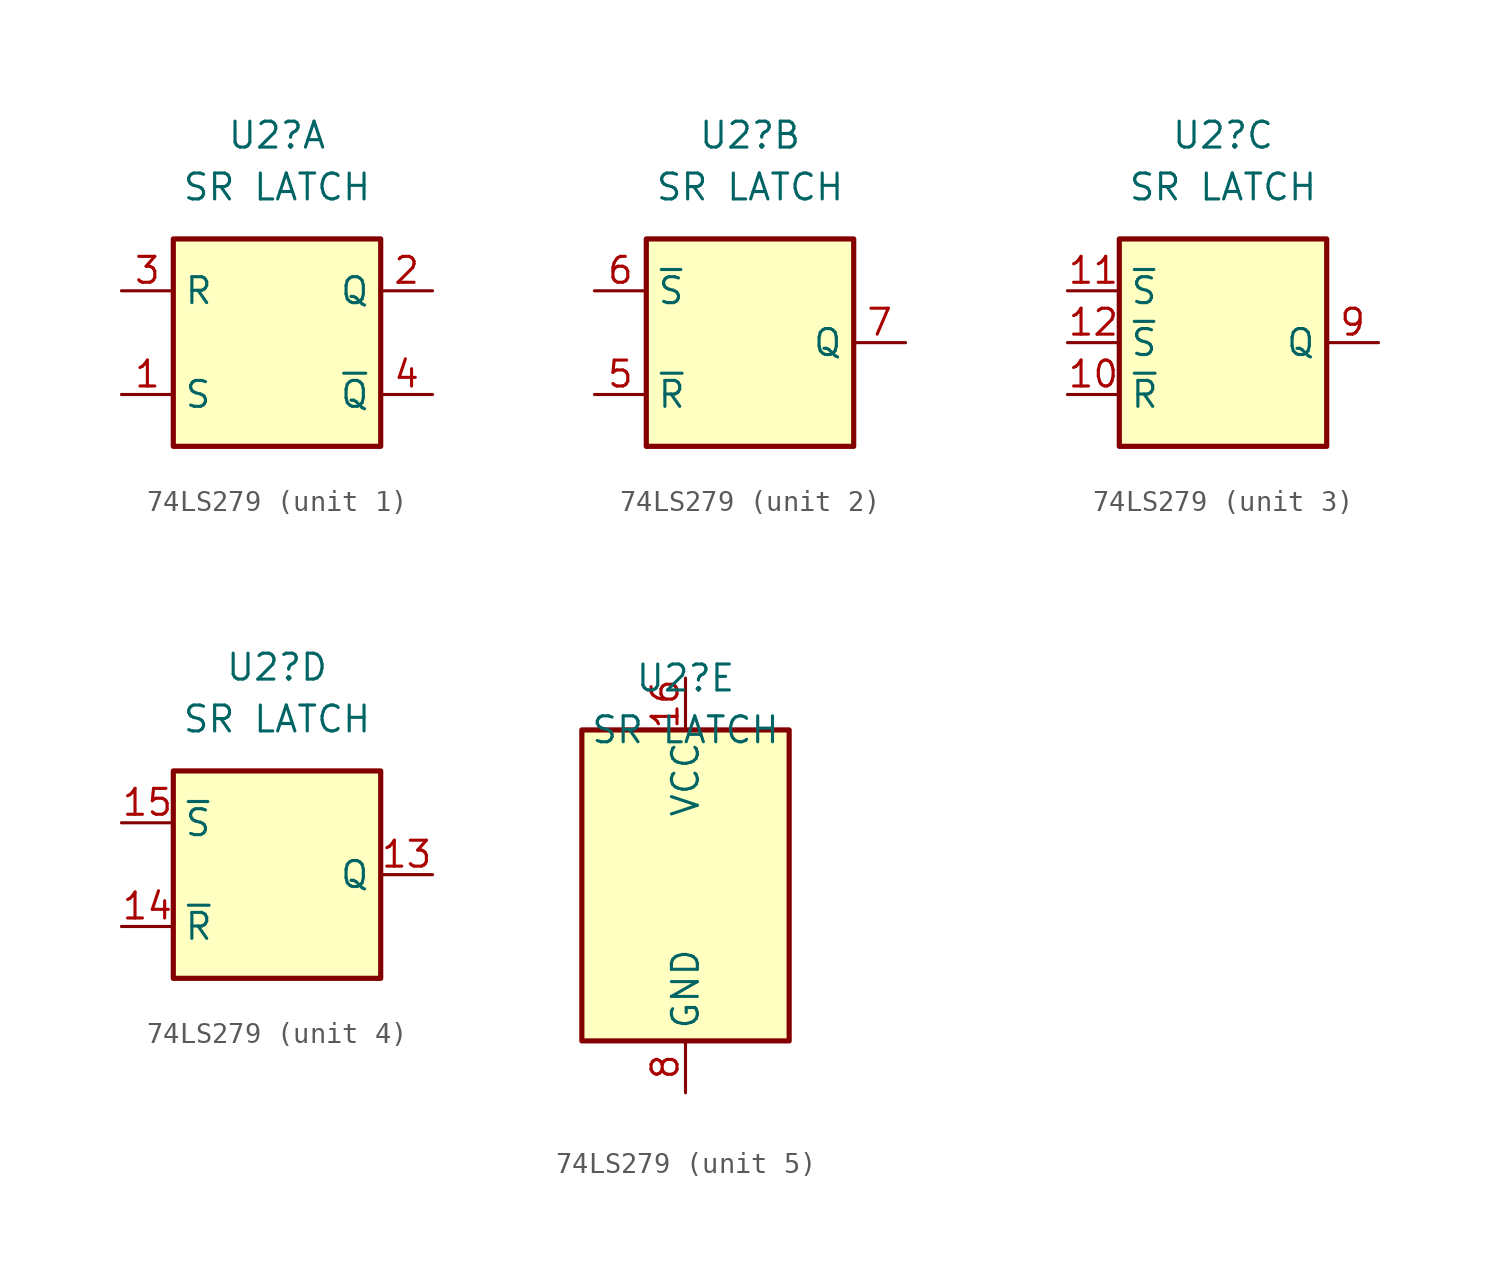
<source format=kicad_sym>
(kicad_symbol_lib
  (version 20231120)
  (generator "kicad_symbol_editor")
  (generator_version "8.0")
  (symbol "74LS279"
    (property "Reference" "U2"
      (at 0 10.16 0)
      (effects (font (size 1.27 1.27))))
    (property "Value" "SR LATCH"
      (at 0 7.62 0)
      (effects (font (size 1.27 1.27))))
    (property "ki_locked" ""
      (at 0 0 0)
      (effects (font (size 1.27 1.27))))
    (symbol "74LS279_1_1"
      (rectangle (start -5.08 5.08) (end 5.08 -5.08) (stroke (width 0.254) (type default)) (fill (type background)))
      (pin input line (at -7.62 -2.54 0) (length 2.54) (name "S" (effects (font (size 1.27 1.27)))) (number "1" (effects (font (size 1.27 1.27)))))
      (pin input line (at 7.62 2.54 180) (length 2.54) (name "Q" (effects (font (size 1.27 1.27)))) (number "2" (effects (font (size 1.27 1.27)))))
      (pin input line (at -7.62 2.54 0) (length 2.54) (name "R" (effects (font (size 1.27 1.27)))) (number "3" (effects (font (size 1.27 1.27)))))
      (pin output line (at 7.62 -2.54 180) (length 2.54) (name "~{Q}" (effects (font (size 1.27 1.27)))) (number "4" (effects (font (size 1.27 1.27))))))
    (symbol "74LS279_2_1"
      (rectangle (start -5.08 5.08) (end 5.08 -5.08) (stroke (width 0.254) (type default)) (fill (type background)))
      (pin input line (at -7.62 -2.54 0) (length 2.54) (name "~{R}" (effects (font (size 1.27 1.27)))) (number "5" (effects (font (size 1.27 1.27)))))
      (pin input line (at -7.62 2.54 0) (length 2.54) (name "~{S}" (effects (font (size 1.27 1.27)))) (number "6" (effects (font (size 1.27 1.27)))))
      (pin output line (at 7.62 0 180) (length 2.54) (name "Q" (effects (font (size 1.27 1.27)))) (number "7" (effects (font (size 1.27 1.27))))))
    (symbol "74LS279_3_1"
      (rectangle (start -5.08 5.08) (end 5.08 -5.08) (stroke (width 0.254) (type default)) (fill (type background)))
      (pin input line (at -7.62 -2.54 0) (length 2.54) (name "~{R}" (effects (font (size 1.27 1.27)))) (number "10" (effects (font (size 1.27 1.27)))))
      (pin input line (at -7.62 2.54 0) (length 2.54) (name "~{S}" (effects (font (size 1.27 1.27)))) (number "11" (effects (font (size 1.27 1.27)))))
      (pin input line (at -7.62 0 0) (length 2.54) (name "~{S}" (effects (font (size 1.27 1.27)))) (number "12" (effects (font (size 1.27 1.27)))))
      (pin output line (at 7.62 0 180) (length 2.54) (name "Q" (effects (font (size 1.27 1.27)))) (number "9" (effects (font (size 1.27 1.27))))))
    (symbol "74LS279_4_1"
      (rectangle (start -5.08 5.08) (end 5.08 -5.08) (stroke (width 0.254) (type default)) (fill (type background)))
      (pin output line (at 7.62 0 180) (length 2.54) (name "Q" (effects (font (size 1.27 1.27)))) (number "13" (effects (font (size 1.27 1.27)))))
      (pin input line (at -7.62 -2.54 0) (length 2.54) (name "~{R}" (effects (font (size 1.27 1.27)))) (number "14" (effects (font (size 1.27 1.27)))))
      (pin input line (at -7.62 2.54 0) (length 2.54) (name "~{S}" (effects (font (size 1.27 1.27)))) (number "15" (effects (font (size 1.27 1.27))))))
    (symbol "74LS279_5_0"
      (pin power_in line (at 0 10.16 270) (length 2.54) (name "VCC" (effects (font (size 1.27 1.27)))) (number "16" (effects (font (size 1.27 1.27)))))
      (pin power_in line (at 0 -10.16 90) (length 2.54) (name "GND" (effects (font (size 1.27 1.27)))) (number "8" (effects (font (size 1.27 1.27))))))
    (symbol "74LS279_5_1"
      (rectangle (start -5.08 7.62) (end 5.08 -7.62) (stroke (width 0.254) (type default)) (fill (type background))))))
</source>
